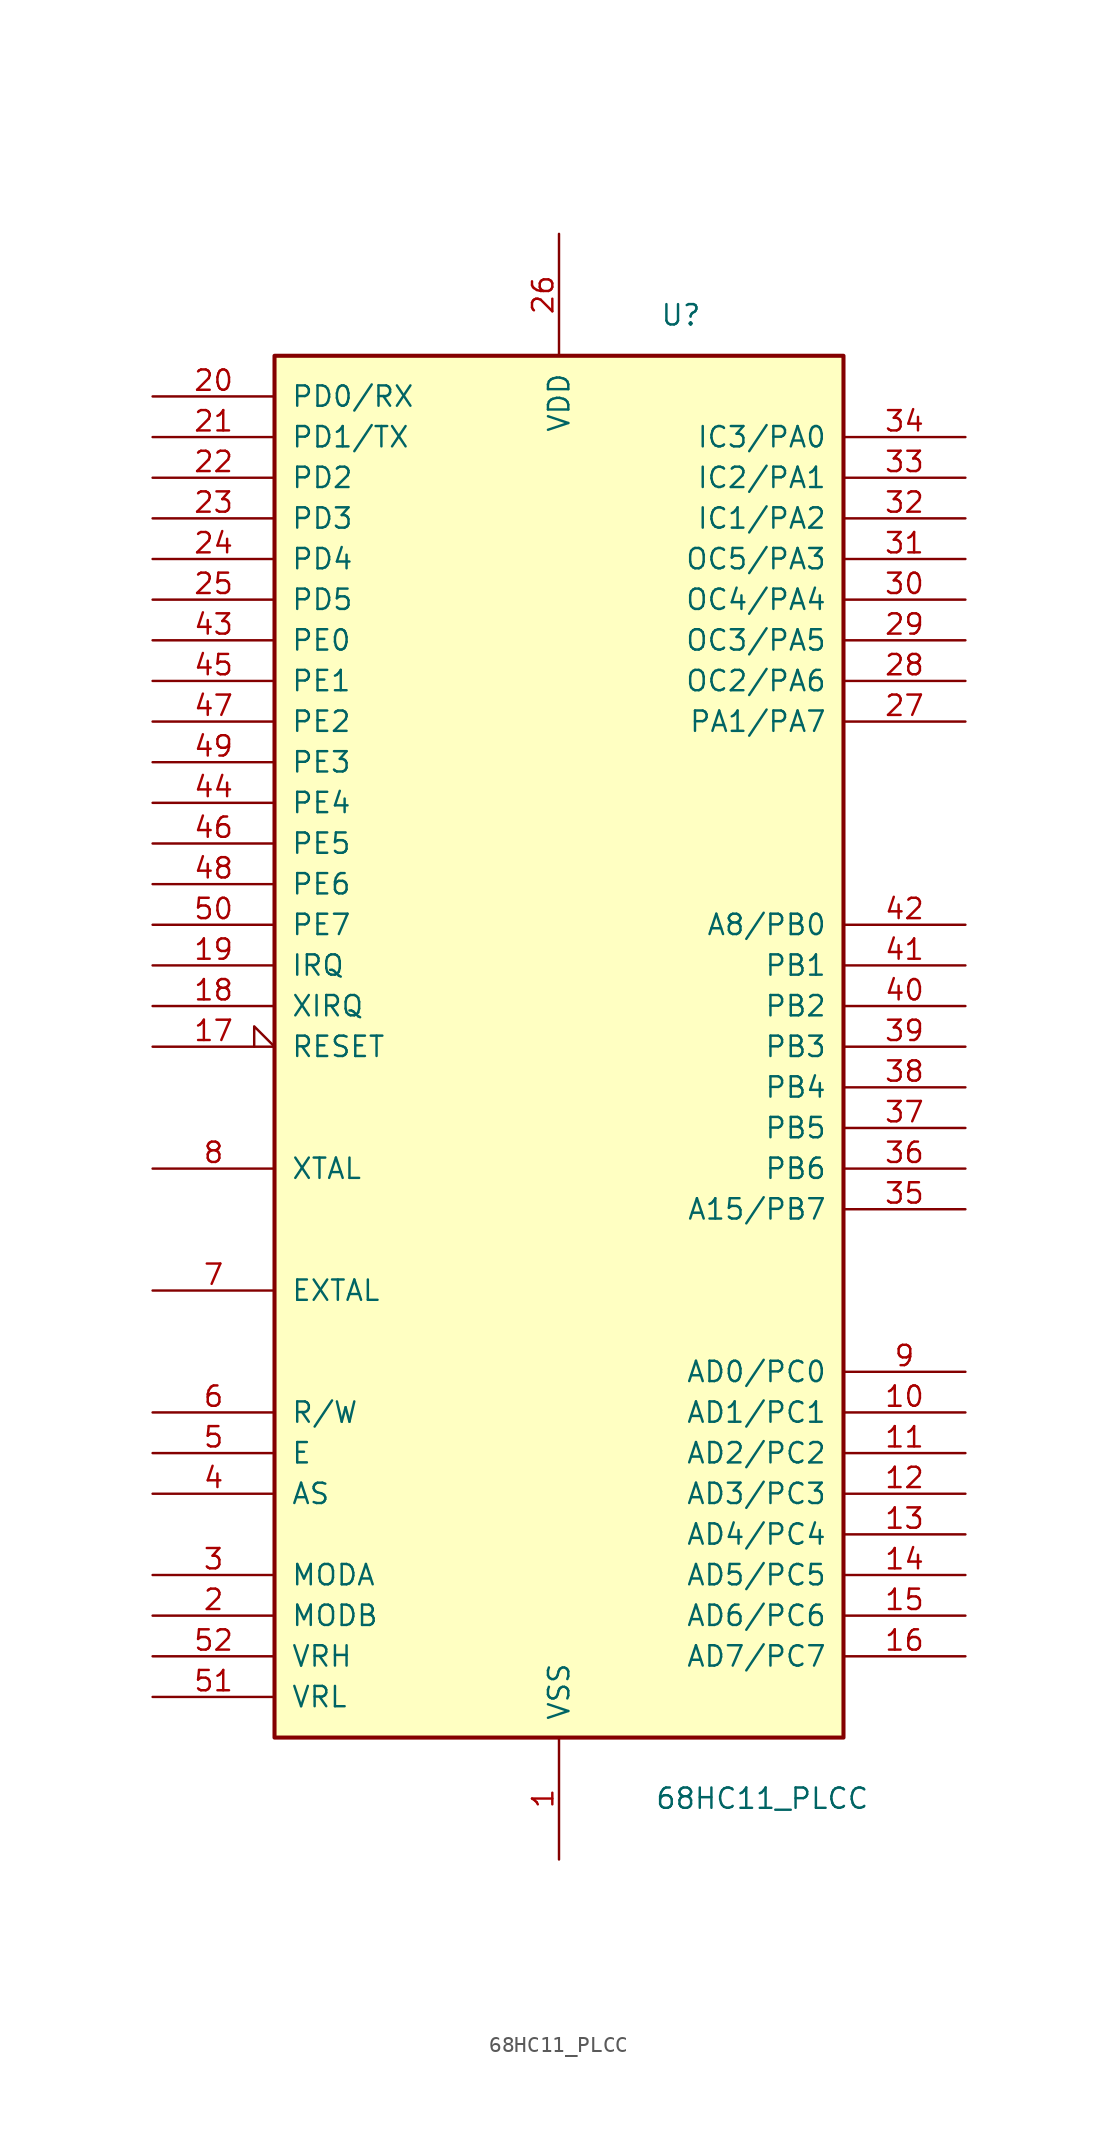
<source format=kicad_sym>
(kicad_symbol_lib
  (version 20201005)
  (generator kicad_symbol_editor)
  (symbol "MCU_NXP_HC11:68HC11_PLCC"
    (pin_names
      (offset 1.016))
    (property "Reference" "U"
      (at 7.62 45.72 0)
      (effects (font (size 1.27 1.27))))
    (property "Value" "68HC11_PLCC"
      (at 12.7 -46.99 0)
      (effects (font (size 1.27 1.27))))
    (symbol "68HC11_PLCC_0_1"
      (rectangle (start -17.78 -43.18) (end 17.78 43.18) (stroke (width 0.254)) (fill (type background))))
    (symbol "68HC11_PLCC_1_1"
      (pin power_in line (at 0 -50.8 90) (length 7.62) (name "VSS" (effects (font (size 1.27 1.27)))) (number "1" (effects (font (size 1.27 1.27)))))
      (pin tri_state line (at 25.4 -22.86 180) (length 7.62) (name "AD1/PC1" (effects (font (size 1.27 1.27)))) (number "10" (effects (font (size 1.27 1.27)))))
      (pin tri_state line (at 25.4 -25.4 180) (length 7.62) (name "AD2/PC2" (effects (font (size 1.27 1.27)))) (number "11" (effects (font (size 1.27 1.27)))))
      (pin tri_state line (at 25.4 -27.94 180) (length 7.62) (name "AD3/PC3" (effects (font (size 1.27 1.27)))) (number "12" (effects (font (size 1.27 1.27)))))
      (pin tri_state line (at 25.4 -30.48 180) (length 7.62) (name "AD4/PC4" (effects (font (size 1.27 1.27)))) (number "13" (effects (font (size 1.27 1.27)))))
      (pin tri_state line (at 25.4 -33.02 180) (length 7.62) (name "AD5/PC5" (effects (font (size 1.27 1.27)))) (number "14" (effects (font (size 1.27 1.27)))))
      (pin tri_state line (at 25.4 -35.56 180) (length 7.62) (name "AD6/PC6" (effects (font (size 1.27 1.27)))) (number "15" (effects (font (size 1.27 1.27)))))
      (pin tri_state line (at 25.4 -38.1 180) (length 7.62) (name "AD7/PC7" (effects (font (size 1.27 1.27)))) (number "16" (effects (font (size 1.27 1.27)))))
      (pin input input_low (at -25.4 0 0) (length 7.62) (name "RESET" (effects (font (size 1.27 1.27)))) (number "17" (effects (font (size 1.27 1.27)))))
      (pin input line (at -25.4 2.54 0) (length 7.62) (name "XIRQ" (effects (font (size 1.27 1.27)))) (number "18" (effects (font (size 1.27 1.27)))))
      (pin input line (at -25.4 5.08 0) (length 7.62) (name "IRQ" (effects (font (size 1.27 1.27)))) (number "19" (effects (font (size 1.27 1.27)))))
      (pin input line (at -25.4 -35.56 0) (length 7.62) (name "MODB" (effects (font (size 1.27 1.27)))) (number "2" (effects (font (size 1.27 1.27)))))
      (pin bidirectional line (at -25.4 40.64 0) (length 7.62) (name "PD0/RX" (effects (font (size 1.27 1.27)))) (number "20" (effects (font (size 1.27 1.27)))))
      (pin bidirectional line (at -25.4 38.1 0) (length 7.62) (name "PD1/TX" (effects (font (size 1.27 1.27)))) (number "21" (effects (font (size 1.27 1.27)))))
      (pin bidirectional line (at -25.4 35.56 0) (length 7.62) (name "PD2" (effects (font (size 1.27 1.27)))) (number "22" (effects (font (size 1.27 1.27)))))
      (pin input line (at -25.4 33.02 0) (length 7.62) (name "PD3" (effects (font (size 1.27 1.27)))) (number "23" (effects (font (size 1.27 1.27)))))
      (pin bidirectional line (at -25.4 30.48 0) (length 7.62) (name "PD4" (effects (font (size 1.27 1.27)))) (number "24" (effects (font (size 1.27 1.27)))))
      (pin bidirectional line (at -25.4 27.94 0) (length 7.62) (name "PD5" (effects (font (size 1.27 1.27)))) (number "25" (effects (font (size 1.27 1.27)))))
      (pin power_in line (at 0 50.8 270) (length 7.62) (name "VDD" (effects (font (size 1.27 1.27)))) (number "26" (effects (font (size 1.27 1.27)))))
      (pin input line (at 25.4 20.32 180) (length 7.62) (name "PA1/PA7" (effects (font (size 1.27 1.27)))) (number "27" (effects (font (size 1.27 1.27)))))
      (pin output line (at 25.4 22.86 180) (length 7.62) (name "OC2/PA6" (effects (font (size 1.27 1.27)))) (number "28" (effects (font (size 1.27 1.27)))))
      (pin output line (at 25.4 25.4 180) (length 7.62) (name "OC3/PA5" (effects (font (size 1.27 1.27)))) (number "29" (effects (font (size 1.27 1.27)))))
      (pin input line (at -25.4 -33.02 0) (length 7.62) (name "MODA" (effects (font (size 1.27 1.27)))) (number "3" (effects (font (size 1.27 1.27)))))
      (pin output line (at 25.4 27.94 180) (length 7.62) (name "OC4/PA4" (effects (font (size 1.27 1.27)))) (number "30" (effects (font (size 1.27 1.27)))))
      (pin output line (at 25.4 30.48 180) (length 7.62) (name "OC5/PA3" (effects (font (size 1.27 1.27)))) (number "31" (effects (font (size 1.27 1.27)))))
      (pin input line (at 25.4 33.02 180) (length 7.62) (name "IC1/PA2" (effects (font (size 1.27 1.27)))) (number "32" (effects (font (size 1.27 1.27)))))
      (pin input line (at 25.4 35.56 180) (length 7.62) (name "IC2/PA1" (effects (font (size 1.27 1.27)))) (number "33" (effects (font (size 1.27 1.27)))))
      (pin input line (at 25.4 38.1 180) (length 7.62) (name "IC3/PA0" (effects (font (size 1.27 1.27)))) (number "34" (effects (font (size 1.27 1.27)))))
      (pin output line (at 25.4 -10.16 180) (length 7.62) (name "A15/PB7" (effects (font (size 1.27 1.27)))) (number "35" (effects (font (size 1.27 1.27)))))
      (pin output line (at 25.4 -7.62 180) (length 7.62) (name "PB6" (effects (font (size 1.27 1.27)))) (number "36" (effects (font (size 1.27 1.27)))))
      (pin output line (at 25.4 -5.08 180) (length 7.62) (name "PB5" (effects (font (size 1.27 1.27)))) (number "37" (effects (font (size 1.27 1.27)))))
      (pin output line (at 25.4 -2.54 180) (length 7.62) (name "PB4" (effects (font (size 1.27 1.27)))) (number "38" (effects (font (size 1.27 1.27)))))
      (pin output line (at 25.4 0 180) (length 7.62) (name "PB3" (effects (font (size 1.27 1.27)))) (number "39" (effects (font (size 1.27 1.27)))))
      (pin output line (at -25.4 -27.94 0) (length 7.62) (name "AS" (effects (font (size 1.27 1.27)))) (number "4" (effects (font (size 1.27 1.27)))))
      (pin output line (at 25.4 2.54 180) (length 7.62) (name "PB2" (effects (font (size 1.27 1.27)))) (number "40" (effects (font (size 1.27 1.27)))))
      (pin output line (at 25.4 5.08 180) (length 7.62) (name "PB1" (effects (font (size 1.27 1.27)))) (number "41" (effects (font (size 1.27 1.27)))))
      (pin output line (at 25.4 7.62 180) (length 7.62) (name "A8/PB0" (effects (font (size 1.27 1.27)))) (number "42" (effects (font (size 1.27 1.27)))))
      (pin input line (at -25.4 25.4 0) (length 7.62) (name "PE0" (effects (font (size 1.27 1.27)))) (number "43" (effects (font (size 1.27 1.27)))))
      (pin input line (at -25.4 15.24 0) (length 7.62) (name "PE4" (effects (font (size 1.27 1.27)))) (number "44" (effects (font (size 1.27 1.27)))))
      (pin input line (at -25.4 22.86 0) (length 7.62) (name "PE1" (effects (font (size 1.27 1.27)))) (number "45" (effects (font (size 1.27 1.27)))))
      (pin input line (at -25.4 12.7 0) (length 7.62) (name "PE5" (effects (font (size 1.27 1.27)))) (number "46" (effects (font (size 1.27 1.27)))))
      (pin input line (at -25.4 20.32 0) (length 7.62) (name "PE2" (effects (font (size 1.27 1.27)))) (number "47" (effects (font (size 1.27 1.27)))))
      (pin input line (at -25.4 10.16 0) (length 7.62) (name "PE6" (effects (font (size 1.27 1.27)))) (number "48" (effects (font (size 1.27 1.27)))))
      (pin input line (at -25.4 17.78 0) (length 7.62) (name "PE3" (effects (font (size 1.27 1.27)))) (number "49" (effects (font (size 1.27 1.27)))))
      (pin output line (at -25.4 -25.4 0) (length 7.62) (name "E" (effects (font (size 1.27 1.27)))) (number "5" (effects (font (size 1.27 1.27)))))
      (pin input line (at -25.4 7.62 0) (length 7.62) (name "PE7" (effects (font (size 1.27 1.27)))) (number "50" (effects (font (size 1.27 1.27)))))
      (pin passive line (at -25.4 -40.64 0) (length 7.62) (name "VRL" (effects (font (size 1.27 1.27)))) (number "51" (effects (font (size 1.27 1.27)))))
      (pin passive line (at -25.4 -38.1 0) (length 7.62) (name "VRH" (effects (font (size 1.27 1.27)))) (number "52" (effects (font (size 1.27 1.27)))))
      (pin output line (at -25.4 -22.86 0) (length 7.62) (name "R/W" (effects (font (size 1.27 1.27)))) (number "6" (effects (font (size 1.27 1.27)))))
      (pin input line (at -25.4 -15.24 0) (length 7.62) (name "EXTAL" (effects (font (size 1.27 1.27)))) (number "7" (effects (font (size 1.27 1.27)))))
      (pin output line (at -25.4 -7.62 0) (length 7.62) (name "XTAL" (effects (font (size 1.27 1.27)))) (number "8" (effects (font (size 1.27 1.27)))))
      (pin tri_state line (at 25.4 -20.32 180) (length 7.62) (name "AD0/PC0" (effects (font (size 1.27 1.27)))) (number "9" (effects (font (size 1.27 1.27))))))))
</source>
